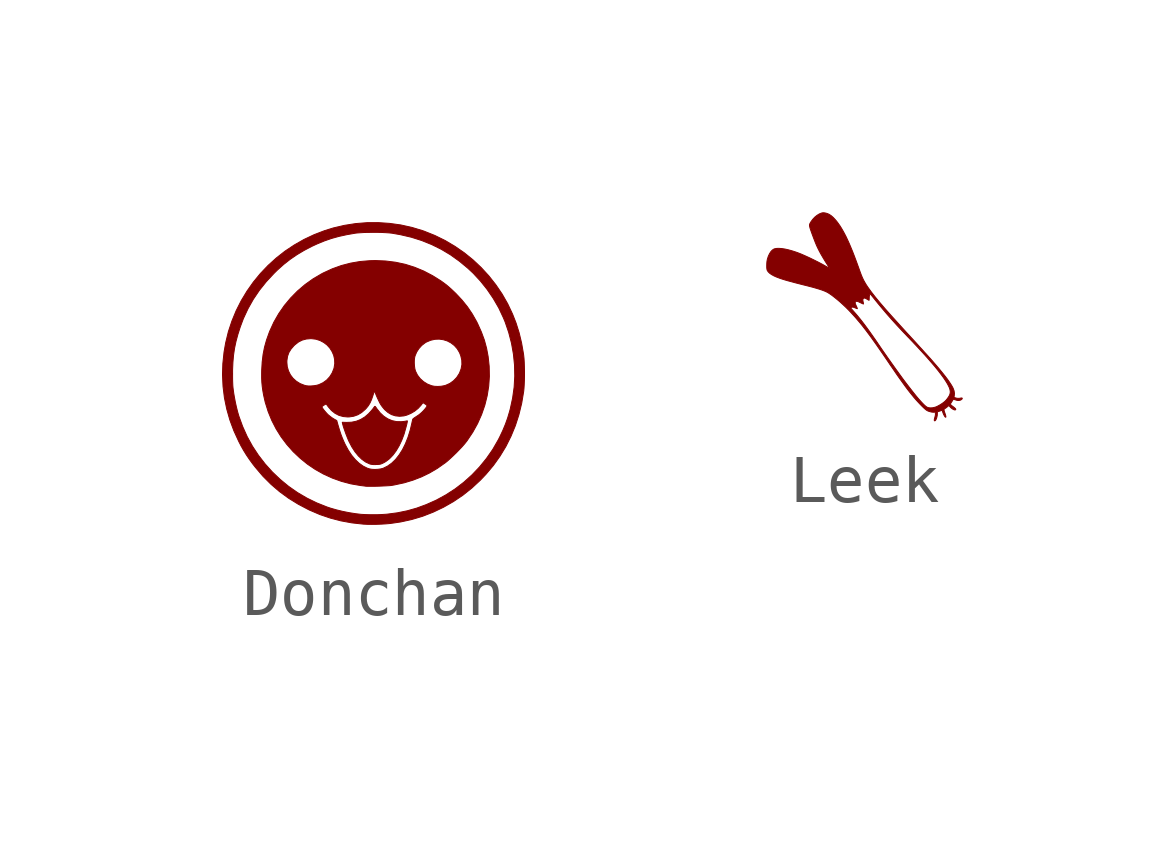
<source format=kicad_sym>
(kicad_symbol_lib
  (version 20220914)
  (generator kicad_symbol_editor)
  (symbol "Donchan"
    (pin_names
      (offset 1.016))
    (property "Reference" "#SYM"
      (at 0 2.511 0)
      (effects (font (size 1.27 1.27)) hide))
    (symbol "Donchan_0_0"
      (polyline (pts (xy 0.057 -1.903) (xy 0.094 -1.902) (xy 0.127 -1.899) (xy 0.154 -1.893) (xy 0.182 -1.882) (xy 0.217 -1.865) (xy 0.26 -1.84) (xy 0.336 -1.782) (xy 0.408 -1.707) (xy 0.475 -1.617) (xy 0.537 -1.512) (xy 0.592 -1.396) (xy 0.64 -1.268) (xy 0.679 -1.13) (xy 0.682 -1.119) (xy 0.695 -1.069) (xy 0.703 -1.033) (xy 0.708 -1.01) (xy 0.709 -0.998) (xy 0.707 -0.992) (xy 0.703 -0.992) (xy 0.695 -0.994) (xy 0.694 -0.995) (xy 0.673 -0.999) (xy 0.642 -1.004) (xy 0.605 -1.008) (xy 0.58 -1.01) (xy 0.482 -1.008) (xy 0.389 -0.988) (xy 0.3 -0.95) (xy 0.217 -0.896) (xy 0.142 -0.826) (xy 0.074 -0.741) (xy 0.057 -0.716) (xy 0.043 -0.697) (xy 0.034 -0.69) (xy 0.027 -0.692) (xy 0.019 -0.702) (xy -0.017 -0.751) (xy -0.096 -0.84) (xy -0.178 -0.911) (xy -0.265 -0.964) (xy -0.358 -1.001) (xy -0.457 -1.021) (xy -0.562 -1.025) (xy -0.648 -1.022) (xy -0.643 -1.05) (xy -0.64 -1.062) (xy -0.629 -1.101) (xy -0.613 -1.151) (xy -0.593 -1.208) (xy -0.572 -1.267) (xy -0.549 -1.325) (xy -0.528 -1.378) (xy -0.509 -1.421) (xy -0.449 -1.536) (xy -0.383 -1.638) (xy -0.312 -1.725) (xy -0.237 -1.797) (xy -0.159 -1.852) (xy -0.079 -1.889) (xy -0.07 -1.893) (xy -0.036 -1.9) (xy 0.004 -1.904) (xy 0.057 -1.903)) (stroke (width 0.01) (type default)) (fill (type outline)))
      (polyline (pts (xy 0.066 -3.15) (xy 0.168 -3.146) (xy 0.266 -3.14) (xy 0.355 -3.132) (xy 0.566 -3.101) (xy 0.799 -3.05) (xy 1.027 -2.982) (xy 1.248 -2.896) (xy 1.462 -2.794) (xy 1.669 -2.676) (xy 1.866 -2.543) (xy 2.053 -2.394) (xy 2.23 -2.23) (xy 2.347 -2.107) (xy 2.502 -1.923) (xy 2.641 -1.728) (xy 2.764 -1.525) (xy 2.87 -1.313) (xy 2.961 -1.092) (xy 3.035 -0.862) (xy 3.093 -0.624) (xy 3.134 -0.378) (xy 3.14 -0.321) (xy 3.145 -0.242) (xy 3.149 -0.152) (xy 3.151 -0.057) (xy 3.151 0.041) (xy 3.149 0.138) (xy 3.146 0.228) (xy 3.141 0.308) (xy 3.134 0.374) (xy 3.129 0.41) (xy 3.09 0.633) (xy 3.039 0.845) (xy 2.975 1.048) (xy 2.902 1.234) (xy 2.801 1.448) (xy 2.684 1.653) (xy 2.552 1.847) (xy 2.407 2.031) (xy 2.248 2.204) (xy 2.077 2.365) (xy 1.894 2.513) (xy 1.7 2.647) (xy 1.496 2.768) (xy 1.282 2.873) (xy 1.06 2.962) (xy 1.029 2.973) (xy 0.804 3.041) (xy 0.574 3.092) (xy 0.34 3.125) (xy 0.104 3.141) (xy -0.133 3.14) (xy -0.369 3.121) (xy -0.604 3.084) (xy -0.836 3.03) (xy -1.014 2.975) (xy -1.235 2.89) (xy -1.447 2.79) (xy -1.649 2.675) (xy -1.843 2.546) (xy -2.025 2.403) (xy -2.197 2.247) (xy -2.356 2.08) (xy -2.503 1.901) (xy -2.636 1.712) (xy -2.756 1.513) (xy -2.861 1.305) (xy -2.95 1.089) (xy -3.024 0.866) (xy -3.08 0.636) (xy -3.114 0.441) (xy -3.139 0.201) (xy -3.146 -0.014) (xy -2.936 -0.014) (xy -2.936 0.07) (xy -2.929 0.229) (xy -2.916 0.378) (xy -2.895 0.521) (xy -2.865 0.663) (xy -2.826 0.808) (xy -2.777 0.962) (xy -2.711 1.139) (xy -2.615 1.345) (xy -2.504 1.542) (xy -2.377 1.73) (xy -2.233 1.91) (xy -2.073 2.082) (xy -2.003 2.151) (xy -1.87 2.27) (xy -1.735 2.376) (xy -1.595 2.472) (xy -1.446 2.561) (xy -1.282 2.647) (xy -1.173 2.697) (xy -1.023 2.759) (xy -0.873 2.811) (xy -0.718 2.854) (xy -0.553 2.89) (xy -0.375 2.921) (xy -0.342 2.925) (xy -0.274 2.93) (xy -0.195 2.935) (xy -0.107 2.937) (xy -0.014 2.938) (xy 0.08 2.938) (xy 0.17 2.936) (xy 0.253 2.932) (xy 0.326 2.927) (xy 0.384 2.921) (xy 0.561 2.89) (xy 0.789 2.837) (xy 1.007 2.768) (xy 1.215 2.684) (xy 1.415 2.585) (xy 1.607 2.47) (xy 1.791 2.338) (xy 1.97 2.19) (xy 2.08 2.087) (xy 2.233 1.922) (xy 2.374 1.745) (xy 2.501 1.558) (xy 2.614 1.363) (xy 2.709 1.161) (xy 2.747 1.07) (xy 2.822 0.85) (xy 2.88 0.626) (xy 2.92 0.399) (xy 2.943 0.17) (xy 2.948 -0.06) (xy 2.935 -0.29) (xy 2.903 -0.519) (xy 2.854 -0.745) (xy 2.841 -0.794) (xy 2.799 -0.934) (xy 2.752 -1.065) (xy 2.697 -1.197) (xy 2.632 -1.334) (xy 2.603 -1.39) (xy 2.489 -1.588) (xy 2.358 -1.776) (xy 2.214 -1.953) (xy 2.056 -2.119) (xy 1.886 -2.272) (xy 1.705 -2.411) (xy 1.513 -2.535) (xy 1.312 -2.645) (xy 1.297 -2.652) (xy 1.099 -2.74) (xy 0.903 -2.812) (xy 0.705 -2.868) (xy 0.5 -2.91) (xy 0.287 -2.938) (xy 0.266 -2.94) (xy 0.185 -2.945) (xy 0.095 -2.949) (xy -0.001 -2.95) (xy -0.095 -2.949) (xy -0.182 -2.946) (xy -0.256 -2.942) (xy -0.373 -2.928) (xy -0.506 -2.907) (xy -0.641 -2.88) (xy -0.772 -2.848) (xy -0.893 -2.813) (xy -0.968 -2.788) (xy -1.181 -2.703) (xy -1.386 -2.603) (xy -1.582 -2.488) (xy -1.768 -2.358) (xy -1.943 -2.214) (xy -2.107 -2.058) (xy -2.258 -1.89) (xy -2.397 -1.71) (xy -2.522 -1.52) (xy -2.632 -1.32) (xy -2.726 -1.11) (xy -2.805 -0.893) (xy -2.809 -0.88) (xy -2.832 -0.8) (xy -2.855 -0.708) (xy -2.877 -0.609) (xy -2.896 -0.51) (xy -2.912 -0.416) (xy -2.914 -0.401) (xy -2.921 -0.349) (xy -2.927 -0.303) (xy -2.931 -0.258) (xy -2.933 -0.211) (xy -2.935 -0.157) (xy -2.936 -0.093) (xy -2.936 -0.014) (xy -3.146 -0.014) (xy -3.146 -0.038) (xy -3.135 -0.276) (xy -3.106 -0.512) (xy -3.058 -0.745) (xy -2.993 -0.974) (xy -2.909 -1.2) (xy -2.808 -1.42) (xy -2.761 -1.512) (xy -2.706 -1.609) (xy -2.65 -1.7) (xy -2.588 -1.792) (xy -2.516 -1.891) (xy -2.457 -1.966) (xy -2.302 -2.148) (xy -2.135 -2.315) (xy -1.958 -2.467) (xy -1.768 -2.606) (xy -1.566 -2.731) (xy -1.351 -2.844) (xy -1.33 -2.854) (xy -1.116 -2.946) (xy -0.898 -3.02) (xy -0.676 -3.078) (xy -0.446 -3.12) (xy -0.208 -3.146) (xy -0.204 -3.146) (xy -0.125 -3.15) (xy -0.033 -3.151) (xy 0.066 -3.15)) (stroke (width 0.01) (type default)) (fill (type outline)))
      (polyline (pts (xy -0.004 -2.357) (xy 0.061 -2.356) (xy 0.128 -2.354) (xy 0.194 -2.351) (xy 0.256 -2.348) (xy 0.31 -2.345) (xy 0.354 -2.342) (xy 0.385 -2.338) (xy 0.441 -2.328) (xy 0.64 -2.285) (xy 0.826 -2.229) (xy 1.002 -2.161) (xy 1.171 -2.079) (xy 1.334 -1.983) (xy 1.494 -1.87) (xy 1.498 -1.868) (xy 1.548 -1.827) (xy 1.606 -1.775) (xy 1.669 -1.716) (xy 1.734 -1.653) (xy 1.796 -1.589) (xy 1.854 -1.527) (xy 1.904 -1.47) (xy 1.942 -1.422) (xy 1.955 -1.405) (xy 2.072 -1.23) (xy 2.173 -1.048) (xy 2.257 -0.859) (xy 2.324 -0.666) (xy 2.373 -0.469) (xy 2.405 -0.268) (xy 2.419 -0.065) (xy 2.415 0.139) (xy 2.413 0.163) (xy 2.393 0.348) (xy 2.36 0.523) (xy 2.314 0.693) (xy 2.252 0.861) (xy 2.175 1.032) (xy 2.155 1.073) (xy 2.063 1.235) (xy 1.962 1.385) (xy 1.848 1.526) (xy 1.72 1.663) (xy 1.699 1.683) (xy 1.635 1.744) (xy 1.578 1.795) (xy 1.524 1.841) (xy 1.468 1.883) (xy 1.407 1.927) (xy 1.236 2.034) (xy 1.051 2.131) (xy 0.86 2.21) (xy 0.664 2.272) (xy 0.463 2.315) (xy 0.255 2.341) (xy 0.042 2.35) (xy -0.076 2.347) (xy -0.279 2.33) (xy -0.476 2.296) (xy -0.668 2.246) (xy -0.857 2.178) (xy -1.044 2.092) (xy -1.08 2.073) (xy -1.257 1.969) (xy -1.425 1.849) (xy -1.581 1.716) (xy -1.725 1.57) (xy -1.856 1.413) (xy -1.973 1.244) (xy -2.075 1.066) (xy -2.161 0.878) (xy -2.173 0.847) (xy -2.228 0.694) (xy -2.27 0.544) (xy -2.3 0.392) (xy -2.319 0.233) (xy -2.319 0.231) (xy -1.804 0.231) (xy -1.803 0.266) (xy -1.79 0.352) (xy -1.763 0.43) (xy -1.718 0.503) (xy -1.657 0.574) (xy -1.633 0.596) (xy -1.56 0.653) (xy -1.482 0.692) (xy -1.398 0.714) (xy -1.305 0.722) (xy -1.286 0.721) (xy -1.196 0.71) (xy -1.111 0.682) (xy -1.034 0.641) (xy -0.966 0.589) (xy -0.908 0.525) (xy -0.862 0.453) (xy -0.828 0.375) (xy -0.809 0.291) (xy -0.806 0.214) (xy 0.853 0.214) (xy 0.854 0.274) (xy 0.86 0.326) (xy 0.869 0.362) (xy 0.902 0.441) (xy 0.949 0.514) (xy 1.008 0.58) (xy 1.076 0.633) (xy 1.108 0.652) (xy 1.194 0.688) (xy 1.282 0.708) (xy 1.37 0.712) (xy 1.457 0.7) (xy 1.541 0.674) (xy 1.618 0.633) (xy 1.688 0.579) (xy 1.748 0.512) (xy 1.796 0.432) (xy 1.822 0.366) (xy 1.843 0.275) (xy 1.846 0.184) (xy 1.83 0.094) (xy 1.796 0.004) (xy 1.789 -0.009) (xy 1.737 -0.089) (xy 1.671 -0.157) (xy 1.595 -0.212) (xy 1.508 -0.251) (xy 1.479 -0.259) (xy 1.413 -0.271) (xy 1.342 -0.275) (xy 1.275 -0.272) (xy 1.217 -0.261) (xy 1.128 -0.226) (xy 1.046 -0.175) (xy 0.977 -0.113) (xy 0.92 -0.039) (xy 0.878 0.045) (xy 0.878 0.046) (xy 0.865 0.093) (xy 0.857 0.151) (xy 0.853 0.214) (xy -0.806 0.214) (xy -0.805 0.204) (xy -0.819 0.115) (xy -0.824 0.096) (xy -0.86 0.006) (xy -0.91 -0.073) (xy -0.974 -0.142) (xy -1.05 -0.197) (xy -1.137 -0.238) (xy -1.137 -0.238) (xy -1.184 -0.251) (xy -1.241 -0.26) (xy -1.301 -0.265) (xy -1.357 -0.265) (xy -1.402 -0.26) (xy -1.44 -0.25) (xy -1.529 -0.215) (xy -1.607 -0.166) (xy -1.675 -0.105) (xy -1.73 -0.033) (xy -1.77 0.048) (xy -1.796 0.137) (xy -1.804 0.231) (xy -2.319 0.231) (xy -2.329 0.063) (xy -2.33 -0.003) (xy -2.33 -0.1) (xy -2.326 -0.187) (xy -2.318 -0.272) (xy -2.306 -0.359) (xy -2.289 -0.456) (xy -2.255 -0.605) (xy -2.225 -0.7) (xy -1.073 -0.7) (xy -1.07 -0.694) (xy -1.053 -0.68) (xy -1.029 -0.664) (xy -0.984 -0.639) (xy -0.943 -0.696) (xy -0.941 -0.699) (xy -0.875 -0.775) (xy -0.801 -0.834) (xy -0.72 -0.877) (xy -0.631 -0.902) (xy -0.537 -0.911) (xy -0.502 -0.91) (xy -0.41 -0.896) (xy -0.325 -0.866) (xy -0.246 -0.819) (xy -0.171 -0.754) (xy -0.149 -0.731) (xy -0.105 -0.677) (xy -0.069 -0.617) (xy -0.038 -0.547) (xy -0.009 -0.463) (xy 0.021 -0.366) (xy 0.06 -0.459) (xy 0.08 -0.506) (xy 0.109 -0.568) (xy 0.134 -0.619) (xy 0.159 -0.661) (xy 0.185 -0.698) (xy 0.233 -0.756) (xy 0.303 -0.817) (xy 0.378 -0.862) (xy 0.46 -0.888) (xy 0.546 -0.897) (xy 0.637 -0.889) (xy 0.699 -0.872) (xy 0.781 -0.837) (xy 0.861 -0.79) (xy 0.932 -0.733) (xy 0.991 -0.669) (xy 1.034 -0.613) (xy 1.077 -0.64) (xy 1.094 -0.651) (xy 1.112 -0.667) (xy 1.12 -0.678) (xy 1.114 -0.693) (xy 1.097 -0.718) (xy 1.073 -0.748) (xy 1.044 -0.781) (xy 1.012 -0.813) (xy 0.982 -0.84) (xy 0.95 -0.866) (xy 0.91 -0.893) (xy 0.876 -0.915) (xy 0.852 -0.931) (xy 0.83 -0.948) (xy 0.82 -0.96) (xy 0.82 -0.963) (xy 0.815 -0.983) (xy 0.808 -1.014) (xy 0.8 -1.05) (xy 0.767 -1.189) (xy 0.721 -1.337) (xy 0.667 -1.472) (xy 0.606 -1.595) (xy 0.537 -1.703) (xy 0.463 -1.797) (xy 0.382 -1.875) (xy 0.296 -1.936) (xy 0.205 -1.981) (xy 0.202 -1.982) (xy 0.152 -1.995) (xy 0.092 -2.003) (xy 0.028 -2.006) (xy -0.032 -2.003) (xy -0.082 -1.994) (xy -0.128 -1.979) (xy -0.214 -1.936) (xy -0.298 -1.876) (xy -0.378 -1.8) (xy -0.454 -1.709) (xy -0.524 -1.603) (xy -0.588 -1.485) (xy -0.614 -1.429) (xy -0.647 -1.352) (xy -0.677 -1.274) (xy -0.705 -1.189) (xy -0.734 -1.092) (xy -0.764 -0.986) (xy -0.823 -0.953) (xy -0.857 -0.932) (xy -0.899 -0.901) (xy -0.935 -0.872) (xy -0.941 -0.867) (xy -0.97 -0.838) (xy -0.999 -0.805) (xy -1.028 -0.771) (xy -1.051 -0.74) (xy -1.067 -0.715) (xy -1.073 -0.7) (xy -2.225 -0.7) (xy -2.195 -0.797) (xy -2.119 -0.983) (xy -2.028 -1.16) (xy -1.923 -1.328) (xy -1.804 -1.486) (xy -1.673 -1.634) (xy -1.529 -1.77) (xy -1.375 -1.895) (xy -1.211 -2.006) (xy -1.038 -2.103) (xy -0.856 -2.186) (xy -0.666 -2.254) (xy -0.47 -2.306) (xy -0.268 -2.341) (xy -0.257 -2.342) (xy -0.218 -2.347) (xy -0.186 -2.351) (xy -0.167 -2.354) (xy -0.148 -2.356) (xy -0.111 -2.357) (xy -0.062 -2.357) (xy -0.004 -2.357)) (stroke (width 0.01) (type default)) (fill (type outline)))))
  (symbol "Leek"
    (pin_names
      (offset 1.016))
    (property "Reference" "#SYM"
      (at 0 2.515 0)
      (effects (font (size 1.27 1.27)) hide))
    (symbol "Leek_0_0"
      (polyline (pts (xy 1.47 -2.17) (xy 1.483 -2.158) (xy 1.491 -2.146) (xy 1.502 -2.121) (xy 1.511 -2.09) (xy 1.518 -2.057) (xy 1.52 -2.025) (xy 1.52 -1.984) (xy 1.57 -1.967) (xy 1.579 -1.964) (xy 1.6 -1.957) (xy 1.615 -1.953) (xy 1.621 -1.952) (xy 1.622 -1.954) (xy 1.625 -1.965) (xy 1.63 -1.981) (xy 1.637 -2.002) (xy 1.647 -2.028) (xy 1.659 -2.052) (xy 1.67 -2.072) (xy 1.681 -2.087) (xy 1.69 -2.095) (xy 1.696 -2.095) (xy 1.698 -2.084) (xy 1.698 -2.081) (xy 1.695 -2.065) (xy 1.689 -2.043) (xy 1.681 -2.018) (xy 1.678 -2.01) (xy 1.667 -1.979) (xy 1.661 -1.956) (xy 1.659 -1.941) (xy 1.661 -1.931) (xy 1.666 -1.923) (xy 1.675 -1.917) (xy 1.688 -1.909) (xy 1.707 -1.895) (xy 1.727 -1.879) (xy 1.76 -1.851) (xy 1.788 -1.882) (xy 1.802 -1.896) (xy 1.825 -1.915) (xy 1.847 -1.929) (xy 1.868 -1.939) (xy 1.882 -1.943) (xy 1.892 -1.943) (xy 1.9 -1.939) (xy 1.902 -1.938) (xy 1.905 -1.929) (xy 1.898 -1.917) (xy 1.881 -1.9) (xy 1.854 -1.878) (xy 1.848 -1.874) (xy 1.827 -1.858) (xy 1.81 -1.844) (xy 1.8 -1.834) (xy 1.798 -1.832) (xy 1.794 -1.825) (xy 1.794 -1.818) (xy 1.799 -1.807) (xy 1.81 -1.789) (xy 1.82 -1.774) (xy 1.833 -1.753) (xy 1.842 -1.738) (xy 1.851 -1.719) (xy 1.896 -1.733) (xy 1.9 -1.734) (xy 1.929 -1.743) (xy 1.952 -1.747) (xy 1.972 -1.746) (xy 1.994 -1.741) (xy 2.002 -1.739) (xy 2.019 -1.729) (xy 2.033 -1.718) (xy 2.04 -1.706) (xy 2.038 -1.697) (xy 2.031 -1.694) (xy 2.018 -1.694) (xy 1.996 -1.698) (xy 1.974 -1.702) (xy 1.929 -1.7) (xy 1.882 -1.687) (xy 1.876 -1.685) (xy 1.869 -1.679) (xy 1.868 -1.671) (xy 1.872 -1.654) (xy 1.873 -1.647) (xy 1.877 -1.597) (xy 1.869 -1.545) (xy 1.851 -1.495) (xy 1.839 -1.47) (xy 1.81 -1.42) (xy 1.774 -1.365) (xy 1.731 -1.303) (xy 1.679 -1.235) (xy 1.619 -1.16) (xy 1.551 -1.077) (xy 1.474 -0.987) (xy 1.389 -0.889) (xy 1.365 -0.862) (xy 1.331 -0.825) (xy 1.294 -0.783) (xy 1.251 -0.737) (xy 1.204 -0.684) (xy 1.151 -0.627) (xy 1.093 -0.562) (xy 1.027 -0.49) (xy 0.954 -0.411) (xy 0.873 -0.323) (xy 0.812 -0.256) (xy 0.721 -0.156) (xy 0.637 -0.063) (xy 0.56 0.022) (xy 0.49 0.101) (xy 0.426 0.173) (xy 0.368 0.241) (xy 0.315 0.303) (xy 0.267 0.361) (xy 0.222 0.416) (xy 0.182 0.467) (xy 0.144 0.516) (xy 0.11 0.563) (xy 0.078 0.607) (xy 0.04 0.663) (xy 0.009 0.715) (xy -0.019 0.765) (xy -0.044 0.818) (xy -0.068 0.876) (xy -0.092 0.941) (xy -0.121 1.022) (xy -0.165 1.143) (xy -0.206 1.253) (xy -0.245 1.354) (xy -0.283 1.446) (xy -0.318 1.529) (xy -0.353 1.606) (xy -0.386 1.676) (xy -0.42 1.741) (xy -0.453 1.801) (xy -0.486 1.857) (xy -0.52 1.911) (xy -0.521 1.911) (xy -0.564 1.972) (xy -0.609 2.026) (xy -0.653 2.073) (xy -0.696 2.11) (xy -0.737 2.137) (xy -0.769 2.151) (xy -0.806 2.163) (xy -0.842 2.169) (xy -0.872 2.169) (xy -0.896 2.164) (xy -0.943 2.145) (xy -0.99 2.116) (xy -1.036 2.079) (xy -1.079 2.033) (xy -1.117 1.981) (xy -1.117 1.98) (xy -1.133 1.954) (xy -1.143 1.934) (xy -1.147 1.915) (xy -1.146 1.894) (xy -1.14 1.868) (xy -1.136 1.851) (xy -1.127 1.824) (xy -1.115 1.789) (xy -1.1 1.747) (xy -1.083 1.701) (xy -1.065 1.652) (xy -1.046 1.603) (xy -1.027 1.554) (xy -1.008 1.508) (xy -1.003 1.495) (xy -0.977 1.439) (xy -0.946 1.377) (xy -0.909 1.308) (xy -0.867 1.236) (xy -0.822 1.161) (xy -0.774 1.086) (xy -0.763 1.068) (xy -0.747 1.043) (xy -0.736 1.026) (xy -0.73 1.016) (xy -0.727 1.011) (xy -0.727 1.009) (xy -0.73 1.01) (xy -0.79 1.045) (xy -0.877 1.094) (xy -0.968 1.142) (xy -1.06 1.188) (xy -1.15 1.232) (xy -1.238 1.272) (xy -1.32 1.308) (xy -1.394 1.337) (xy -1.431 1.35) (xy -1.511 1.376) (xy -1.587 1.397) (xy -1.659 1.413) (xy -1.724 1.423) (xy -1.783 1.427) (xy -1.834 1.426) (xy -1.875 1.418) (xy -1.893 1.411) (xy -1.925 1.389) (xy -1.955 1.356) (xy -1.982 1.313) (xy -2.006 1.262) (xy -2.025 1.203) (xy -2.029 1.184) (xy -2.035 1.149) (xy -2.038 1.109) (xy -2.039 1.069) (xy -2.039 1.031) (xy -2.036 0.999) (xy -2.031 0.975) (xy -2.028 0.969) (xy -2.01 0.94) (xy -1.981 0.911) (xy -1.942 0.883) (xy -1.894 0.856) (xy -1.894 0.856) (xy -1.862 0.841) (xy -1.829 0.827) (xy -1.792 0.813) (xy -1.752 0.798) (xy -1.706 0.783) (xy -1.654 0.767) (xy -1.595 0.75) (xy -1.527 0.732) (xy -1.451 0.711) (xy -1.365 0.689) (xy -1.268 0.664) (xy -1.23 0.655) (xy -1.144 0.633) (xy -1.068 0.613) (xy -1.003 0.594) (xy -0.946 0.577) (xy -0.897 0.561) (xy -0.856 0.546) (xy -0.821 0.532) (xy -0.791 0.518) (xy -0.772 0.509) (xy -0.729 0.482) (xy -0.68 0.448) (xy -0.627 0.407) (xy -0.569 0.36) (xy -0.51 0.31) (xy -0.45 0.255) (xy -0.39 0.199) (xy -0.374 0.183) (xy -0.283 0.183) (xy -0.282 0.188) (xy -0.278 0.193) (xy -0.273 0.197) (xy -0.252 0.202) (xy -0.225 0.198) (xy -0.19 0.184) (xy -0.19 0.184) (xy -0.17 0.175) (xy -0.156 0.17) (xy -0.149 0.169) (xy -0.149 0.172) (xy -0.153 0.185) (xy -0.161 0.204) (xy -0.172 0.228) (xy -0.172 0.229) (xy -0.187 0.261) (xy -0.194 0.285) (xy -0.193 0.303) (xy -0.186 0.315) (xy -0.171 0.322) (xy -0.164 0.324) (xy -0.153 0.323) (xy -0.139 0.319) (xy -0.118 0.31) (xy -0.089 0.296) (xy -0.063 0.284) (xy -0.042 0.274) (xy -0.027 0.268) (xy -0.021 0.267) (xy -0.021 0.267) (xy -0.021 0.274) (xy -0.023 0.29) (xy -0.028 0.311) (xy -0.03 0.32) (xy -0.034 0.342) (xy -0.034 0.357) (xy -0.03 0.37) (xy -0.026 0.379) (xy -0.015 0.389) (xy -0.0003 0.391) (xy 0.021 0.385) (xy 0.049 0.37) (xy 0.055 0.366) (xy 0.074 0.355) (xy 0.088 0.347) (xy 0.095 0.344) (xy 0.095 0.345) (xy 0.097 0.352) (xy 0.098 0.369) (xy 0.099 0.391) (xy 0.099 0.403) (xy 0.101 0.428) (xy 0.105 0.45) (xy 0.111 0.467) (xy 0.117 0.477) (xy 0.122 0.476) (xy 0.127 0.471) (xy 0.138 0.457) (xy 0.155 0.436) (xy 0.176 0.41) (xy 0.201 0.379) (xy 0.228 0.345) (xy 0.284 0.276) (xy 0.378 0.163) (xy 0.473 0.051) (xy 0.573 -0.062) (xy 0.677 -0.177) (xy 0.788 -0.296) (xy 0.907 -0.421) (xy 0.983 -0.5) (xy 1.097 -0.621) (xy 1.202 -0.735) (xy 1.298 -0.841) (xy 1.385 -0.941) (xy 1.464 -1.033) (xy 1.533 -1.118) (xy 1.594 -1.197) (xy 1.647 -1.269) (xy 1.692 -1.336) (xy 1.729 -1.396) (xy 1.75 -1.436) (xy 1.772 -1.482) (xy 1.784 -1.523) (xy 1.79 -1.559) (xy 1.788 -1.593) (xy 1.778 -1.626) (xy 1.771 -1.643) (xy 1.752 -1.674) (xy 1.728 -1.708) (xy 1.702 -1.74) (xy 1.675 -1.767) (xy 1.665 -1.775) (xy 1.627 -1.804) (xy 1.583 -1.833) (xy 1.538 -1.858) (xy 1.498 -1.878) (xy 1.467 -1.888) (xy 1.424 -1.898) (xy 1.381 -1.901) (xy 1.343 -1.898) (xy 1.312 -1.889) (xy 1.308 -1.887) (xy 1.283 -1.871) (xy 1.252 -1.844) (xy 1.215 -1.807) (xy 1.172 -1.761) (xy 1.123 -1.706) (xy 1.069 -1.641) (xy 1.011 -1.568) (xy 0.947 -1.486) (xy 0.878 -1.397) (xy 0.805 -1.3) (xy 0.728 -1.194) (xy 0.647 -1.082) (xy 0.562 -0.963) (xy 0.473 -0.837) (xy 0.381 -0.705) (xy 0.286 -0.566) (xy 0.244 -0.504) (xy 0.176 -0.407) (xy 0.115 -0.32) (xy 0.057 -0.24) (xy 0.003 -0.167) (xy -0.048 -0.1) (xy -0.097 -0.038) (xy -0.144 0.019) (xy -0.191 0.074) (xy -0.238 0.127) (xy -0.255 0.146) (xy -0.27 0.163) (xy -0.279 0.175) (xy -0.283 0.183) (xy -0.374 0.183) (xy -0.332 0.141) (xy -0.278 0.084) (xy -0.272 0.077) (xy -0.226 0.027) (xy -0.182 -0.022) (xy -0.14 -0.072) (xy -0.097 -0.122) (xy -0.054 -0.175) (xy -0.011 -0.23) (xy 0.034 -0.288) (xy 0.081 -0.351) (xy 0.131 -0.418) (xy 0.183 -0.491) (xy 0.24 -0.571) (xy 0.3 -0.657) (xy 0.366 -0.752) (xy 0.437 -0.856) (xy 0.514 -0.969) (xy 0.524 -0.985) (xy 0.599 -1.093) (xy 0.667 -1.193) (xy 0.73 -1.283) (xy 0.789 -1.365) (xy 0.843 -1.44) (xy 0.894 -1.509) (xy 0.942 -1.571) (xy 0.988 -1.628) (xy 1.031 -1.681) (xy 1.074 -1.731) (xy 1.116 -1.777) (xy 1.158 -1.822) (xy 1.2 -1.865) (xy 1.232 -1.896) (xy 1.258 -1.92) (xy 1.28 -1.938) (xy 1.299 -1.952) (xy 1.317 -1.962) (xy 1.336 -1.97) (xy 1.369 -1.98) (xy 1.403 -1.988) (xy 1.434 -1.991) (xy 1.459 -1.99) (xy 1.466 -1.988) (xy 1.473 -1.99) (xy 1.477 -1.998) (xy 1.479 -2.016) (xy 1.48 -2.023) (xy 1.48 -2.043) (xy 1.476 -2.067) (xy 1.468 -2.098) (xy 1.465 -2.108) (xy 1.459 -2.131) (xy 1.456 -2.15) (xy 1.456 -2.161) (xy 1.461 -2.17) (xy 1.47 -2.17)) (stroke (width 0.01) (type default)) (fill (type outline))))))
</source>
